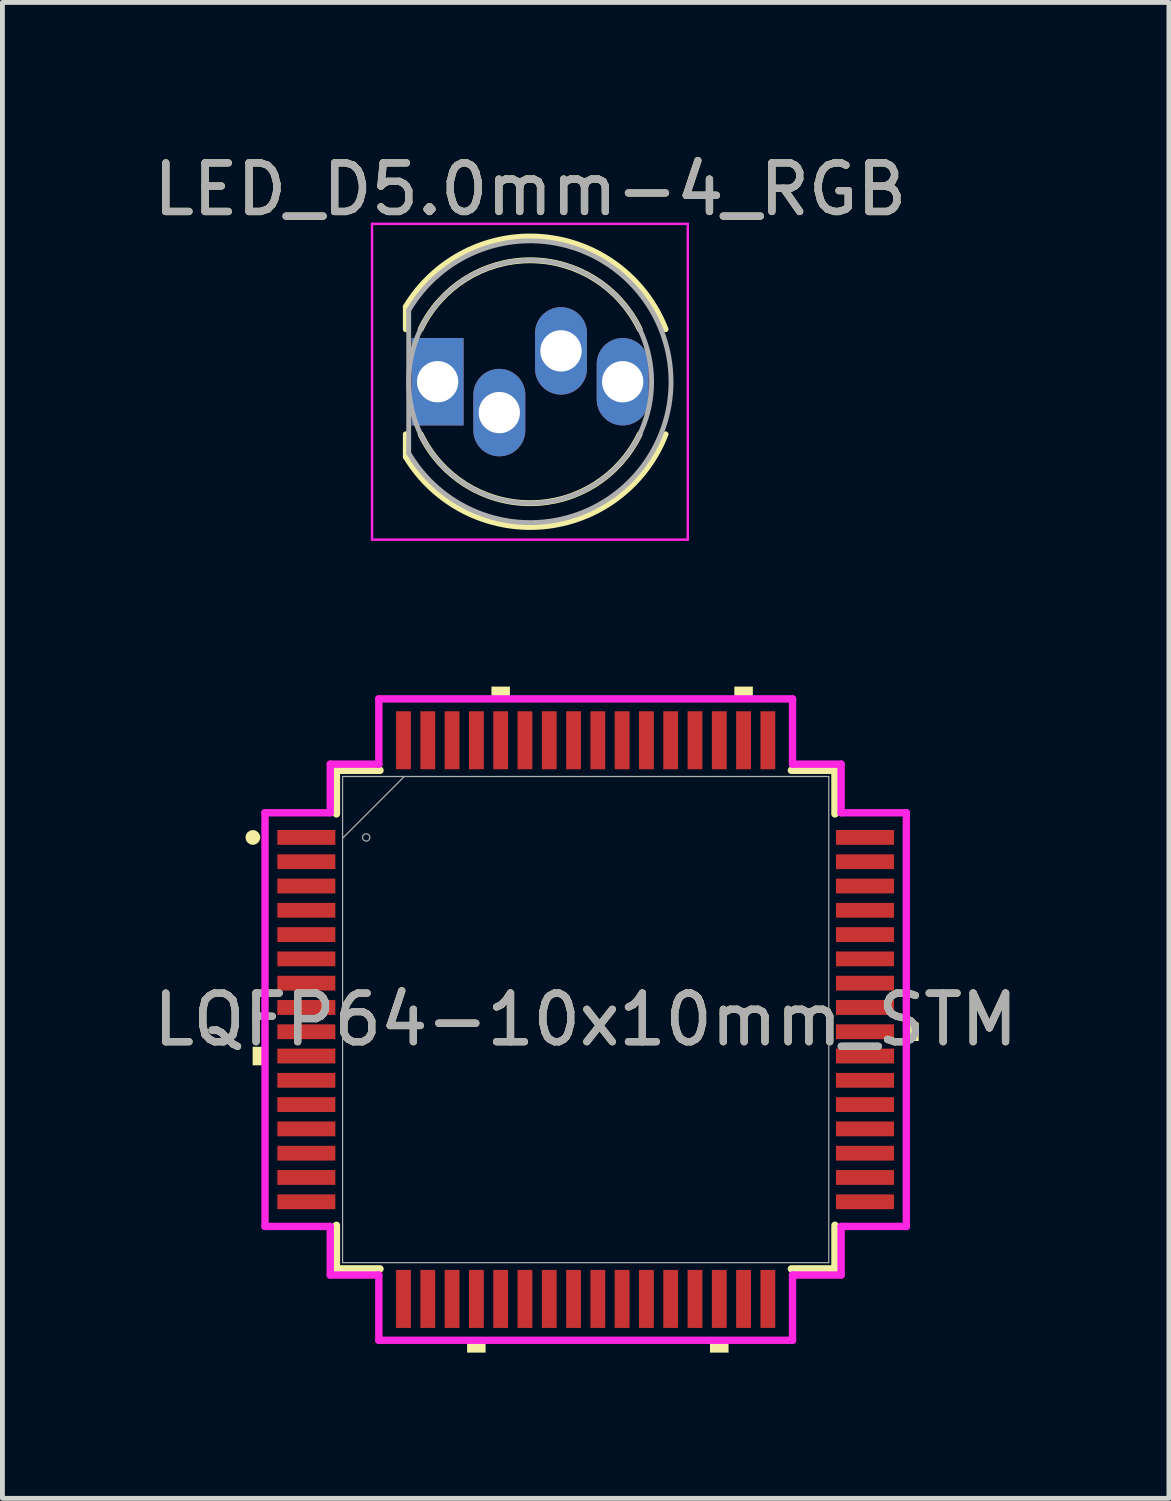
<source format=kicad_pcb>
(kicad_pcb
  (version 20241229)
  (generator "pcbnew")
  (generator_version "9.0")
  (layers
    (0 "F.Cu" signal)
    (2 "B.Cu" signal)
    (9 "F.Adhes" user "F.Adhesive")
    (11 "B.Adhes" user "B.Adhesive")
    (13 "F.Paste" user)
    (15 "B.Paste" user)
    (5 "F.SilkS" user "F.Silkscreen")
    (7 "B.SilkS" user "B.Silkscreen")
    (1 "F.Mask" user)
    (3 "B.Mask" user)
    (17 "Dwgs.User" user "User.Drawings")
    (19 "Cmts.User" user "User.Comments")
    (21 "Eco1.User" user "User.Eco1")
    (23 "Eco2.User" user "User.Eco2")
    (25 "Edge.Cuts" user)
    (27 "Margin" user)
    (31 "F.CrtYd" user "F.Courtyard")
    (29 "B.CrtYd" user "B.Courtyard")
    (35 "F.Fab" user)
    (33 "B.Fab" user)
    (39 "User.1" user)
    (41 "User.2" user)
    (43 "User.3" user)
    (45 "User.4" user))
  (footprint "LED_D5.0mm-4_RGB"
    (layer "F.Cu")
    (at 5.958 4.808)
    (property "Reference" "LED_D5.0mm-4_RGB" (at 1.905 -3.96 0) (layer "F.SilkS") (effects (font (size 1 1) (thickness 0.15))))
    (attr through_hole)
    (fp_line (start -0.655 -1.545) (end -0.655 -1.08) (stroke (width 0.12) (type solid)) (layer "F.SilkS"))
    (fp_line (start -0.655 1.08) (end -0.655 1.545) (stroke (width 0.12) (type solid)) (layer "F.SilkS"))
    (fp_arc (start -0.655 -1.54483) (mid 2.163456 -2.978809) (end 4.692815 -1.080827) (stroke (width 0.12) (type solid)) (layer "F.SilkS"))
    (fp_arc (start -0.349684 -1.08) (mid 1.904762 -2.5) (end 4.159479 -1.080429) (stroke (width 0.12) (type solid)) (layer "F.SilkS"))
    (fp_arc (start 4.159479 1.080429) (mid 1.904762 2.5) (end -0.349684 1.08) (stroke (width 0.12) (type solid)) (layer "F.SilkS"))
    (fp_arc (start 4.692815 1.080827) (mid 2.163456 2.978808) (end -0.655 1.54483) (stroke (width 0.12) (type solid)) (layer "F.SilkS"))
    (fp_line (start -1.35 -3.25) (end -1.35 3.25) (stroke (width 0.05) (type solid)) (layer "F.CrtYd"))
    (fp_line (start -1.35 3.25) (end 5.15 3.25) (stroke (width 0.05) (type solid)) (layer "F.CrtYd"))
    (fp_line (start 5.15 -3.25) (end -1.35 -3.25) (stroke (width 0.05) (type solid)) (layer "F.CrtYd"))
    (fp_line (start 5.15 3.25) (end 5.15 -3.25) (stroke (width 0.05) (type solid)) (layer "F.CrtYd"))
    (fp_line (start -0.595 -1.47) (end -0.595 1.47) (stroke (width 0.1) (type solid)) (layer "F.Fab"))
    (fp_arc (start -0.595 -1.469694) (mid 4.805 0.000016) (end -0.595016 1.469666) (stroke (width 0.1) (type solid)) (layer "F.Fab"))
    (fp_circle (center 1.905 0) (end 4.405 0) (stroke (width 0.1) (type solid)) (fill no) (layer "F.Fab"))
    (fp_text user "${REFERENCE}" (at 1.905 -3.96 0) (layer "F.Fab") (effects (font (size 1 1) (thickness 0.15))))
    (pad "1" thru_hole rect (at 0 0) (size 1.07 1.8) (drill 0.85) (layers "*.Cu" "*.Mask"))
    (pad "2" thru_hole oval (at 1.27 0.635) (size 1.07 1.8) (drill 0.85) (layers "*.Cu" "*.Mask"))
    (pad "3" thru_hole oval (at 2.54 -0.635) (size 1.07 1.8) (drill 0.85) (layers "*.Cu" "*.Mask"))
    (pad "4" thru_hole oval (at 3.81 0) (size 1.07 1.8) (drill 0.85) (layers "*.Cu" "*.Mask")))
  (footprint "LQFP64-10x10mm_STM"
    (layer "F.Cu")
    (at 9.006 17.938)
    (property "Reference" "LQFP64-10x10mm_STM" (at 0 0 0) (unlocked yes) (layer "F.SilkS") (effects (font (size 1 1) (thickness 0.15))))
    (attr smd)
    (fp_line (start -5.131 -5.131) (end -5.131 -4.234) (stroke (width 0.152) (type solid)) (layer "F.SilkS"))
    (fp_line (start -5.131 4.234) (end -5.131 5.131) (stroke (width 0.152) (type solid)) (layer "F.SilkS"))
    (fp_line (start -5.131 5.131) (end -4.234 5.131) (stroke (width 0.152) (type solid)) (layer "F.SilkS"))
    (fp_line (start -4.234 -5.131) (end -5.131 -5.131) (stroke (width 0.152) (type solid)) (layer "F.SilkS"))
    (fp_line (start 4.234 5.131) (end 5.131 5.131) (stroke (width 0.152) (type solid)) (layer "F.SilkS"))
    (fp_line (start 5.131 -5.131) (end 4.234 -5.131) (stroke (width 0.152) (type solid)) (layer "F.SilkS"))
    (fp_line (start 5.131 -4.234) (end 5.131 -5.131) (stroke (width 0.152) (type solid)) (layer "F.SilkS"))
    (fp_line (start 5.131 5.131) (end 5.131 4.234) (stroke (width 0.152) (type solid)) (layer "F.SilkS"))
    (fp_circle (center -6.851 -3.75) (end -6.775 -3.75) (stroke (width 0.152) (type solid)) (fill no) (layer "F.SilkS"))
    (fp_poly (pts (xy -6.855 0.56) (xy -6.855 0.941) (xy -6.601 0.941) (xy -6.601 0.56)) (stroke (width 0) (type solid)) (fill yes) (layer "F.SilkS"))
    (fp_poly (pts (xy -2.441 6.601) (xy -2.441 6.855) (xy -2.06 6.855) (xy -2.06 6.601)) (stroke (width 0) (type solid)) (fill yes) (layer "F.SilkS"))
    (fp_poly (pts (xy -1.94 -6.601) (xy -1.94 -6.855) (xy -1.559 -6.855) (xy -1.559 -6.601)) (stroke (width 0) (type solid)) (fill yes) (layer "F.SilkS"))
    (fp_poly (pts (xy 2.559 6.601) (xy 2.559 6.855) (xy 2.941 6.855) (xy 2.941 6.601)) (stroke (width 0) (type solid)) (fill yes) (layer "F.SilkS"))
    (fp_poly (pts (xy 3.06 -6.601) (xy 3.06 -6.855) (xy 3.441 -6.855) (xy 3.441 -6.601)) (stroke (width 0) (type solid)) (fill yes) (layer "F.SilkS"))
    (fp_poly (pts (xy 6.855 0.059) (xy 6.855 0.441) (xy 6.601 0.441) (xy 6.601 0.059)) (stroke (width 0) (type solid)) (fill yes) (layer "F.SilkS"))
    (fp_line (start -6.601 -4.258) (end -5.258 -4.258) (stroke (width 0.152) (type solid)) (layer "F.CrtYd"))
    (fp_line (start -6.601 4.258) (end -6.601 -4.258) (stroke (width 0.152) (type solid)) (layer "F.CrtYd"))
    (fp_line (start -5.258 -5.258) (end -4.258 -5.258) (stroke (width 0.152) (type solid)) (layer "F.CrtYd"))
    (fp_line (start -5.258 -4.258) (end -5.258 -5.258) (stroke (width 0.152) (type solid)) (layer "F.CrtYd"))
    (fp_line (start -5.258 4.258) (end -6.601 4.258) (stroke (width 0.152) (type solid)) (layer "F.CrtYd"))
    (fp_line (start -5.258 5.258) (end -5.258 4.258) (stroke (width 0.152) (type solid)) (layer "F.CrtYd"))
    (fp_line (start -4.258 -6.601) (end 4.258 -6.601) (stroke (width 0.152) (type solid)) (layer "F.CrtYd"))
    (fp_line (start -4.258 -5.258) (end -4.258 -6.601) (stroke (width 0.152) (type solid)) (layer "F.CrtYd"))
    (fp_line (start -4.258 5.258) (end -5.258 5.258) (stroke (width 0.152) (type solid)) (layer "F.CrtYd"))
    (fp_line (start -4.258 6.601) (end -4.258 5.258) (stroke (width 0.152) (type solid)) (layer "F.CrtYd"))
    (fp_line (start 4.258 -6.601) (end 4.258 -5.258) (stroke (width 0.152) (type solid)) (layer "F.CrtYd"))
    (fp_line (start 4.258 -5.258) (end 5.258 -5.258) (stroke (width 0.152) (type solid)) (layer "F.CrtYd"))
    (fp_line (start 4.258 5.258) (end 4.258 6.601) (stroke (width 0.152) (type solid)) (layer "F.CrtYd"))
    (fp_line (start 4.258 6.601) (end -4.258 6.601) (stroke (width 0.152) (type solid)) (layer "F.CrtYd"))
    (fp_line (start 5.258 -5.258) (end 5.258 -4.258) (stroke (width 0.152) (type solid)) (layer "F.CrtYd"))
    (fp_line (start 5.258 -4.258) (end 6.601 -4.258) (stroke (width 0.152) (type solid)) (layer "F.CrtYd"))
    (fp_line (start 5.258 4.258) (end 5.258 5.258) (stroke (width 0.152) (type solid)) (layer "F.CrtYd"))
    (fp_line (start 5.258 5.258) (end 4.258 5.258) (stroke (width 0.152) (type solid)) (layer "F.CrtYd"))
    (fp_line (start 6.601 -4.258) (end 6.601 4.258) (stroke (width 0.152) (type solid)) (layer "F.CrtYd"))
    (fp_line (start 6.601 4.258) (end 5.258 4.258) (stroke (width 0.152) (type solid)) (layer "F.CrtYd"))
    (fp_line (start -5.004 -5.004) (end -5.004 5.004) (stroke (width 0.025) (type solid)) (layer "F.Fab"))
    (fp_line (start -5.004 -3.734) (end -3.734 -5.004) (stroke (width 0.025) (type solid)) (layer "F.Fab"))
    (fp_line (start -5.004 5.004) (end 5.004 5.004) (stroke (width 0.025) (type solid)) (layer "F.Fab"))
    (fp_line (start 5.004 -5.004) (end -5.004 -5.004) (stroke (width 0.025) (type solid)) (layer "F.Fab"))
    (fp_line (start 5.004 5.004) (end 5.004 -5.004) (stroke (width 0.025) (type solid)) (layer "F.Fab"))
    (fp_circle (center -4.518 -3.75) (end -4.442 -3.75) (stroke (width 0.025) (type solid)) (fill no) (layer "F.Fab"))
    (fp_text user "${REFERENCE}" (at 0 0 0) (unlocked yes) (layer "F.Fab") (effects (font (size 1 1) (thickness 0.15))))
    (pad "1" smd rect (at -5.75 -3.75) (size 1.194 0.305) (layers "F.Cu" "F.Mask" "F.Paste"))
    (pad "2" smd rect (at -5.75 -3.25) (size 1.194 0.305) (layers "F.Cu" "F.Mask" "F.Paste"))
    (pad "3" smd rect (at -5.75 -2.75) (size 1.194 0.305) (layers "F.Cu" "F.Mask" "F.Paste"))
    (pad "4" smd rect (at -5.75 -2.25) (size 1.194 0.305) (layers "F.Cu" "F.Mask" "F.Paste"))
    (pad "5" smd rect (at -5.75 -1.75) (size 1.194 0.305) (layers "F.Cu" "F.Mask" "F.Paste"))
    (pad "6" smd rect (at -5.75 -1.25) (size 1.194 0.305) (layers "F.Cu" "F.Mask" "F.Paste"))
    (pad "7" smd rect (at -5.75 -0.75) (size 1.194 0.305) (layers "F.Cu" "F.Mask" "F.Paste"))
    (pad "8" smd rect (at -5.75 -0.25) (size 1.194 0.305) (layers "F.Cu" "F.Mask" "F.Paste"))
    (pad "9" smd rect (at -5.75 0.25) (size 1.194 0.305) (layers "F.Cu" "F.Mask" "F.Paste"))
    (pad "10" smd rect (at -5.75 0.75) (size 1.194 0.305) (layers "F.Cu" "F.Mask" "F.Paste"))
    (pad "11" smd rect (at -5.75 1.25) (size 1.194 0.305) (layers "F.Cu" "F.Mask" "F.Paste"))
    (pad "12" smd rect (at -5.75 1.75) (size 1.194 0.305) (layers "F.Cu" "F.Mask" "F.Paste"))
    (pad "13" smd rect (at -5.75 2.25) (size 1.194 0.305) (layers "F.Cu" "F.Mask" "F.Paste"))
    (pad "14" smd rect (at -5.75 2.75) (size 1.194 0.305) (layers "F.Cu" "F.Mask" "F.Paste"))
    (pad "15" smd rect (at -5.75 3.25) (size 1.194 0.305) (layers "F.Cu" "F.Mask" "F.Paste"))
    (pad "16" smd rect (at -5.75 3.75) (size 1.194 0.305) (layers "F.Cu" "F.Mask" "F.Paste"))
    (pad "17" smd rect (at -3.75 5.75 90) (size 1.194 0.305) (layers "F.Cu" "F.Mask" "F.Paste"))
    (pad "18" smd rect (at -3.25 5.75 90) (size 1.194 0.305) (layers "F.Cu" "F.Mask" "F.Paste"))
    (pad "19" smd rect (at -2.75 5.75 90) (size 1.194 0.305) (layers "F.Cu" "F.Mask" "F.Paste"))
    (pad "20" smd rect (at -2.25 5.75 90) (size 1.194 0.305) (layers "F.Cu" "F.Mask" "F.Paste"))
    (pad "21" smd rect (at -1.75 5.75 90) (size 1.194 0.305) (layers "F.Cu" "F.Mask" "F.Paste"))
    (pad "22" smd rect (at -1.25 5.75 90) (size 1.194 0.305) (layers "F.Cu" "F.Mask" "F.Paste"))
    (pad "23" smd rect (at -0.75 5.75 90) (size 1.194 0.305) (layers "F.Cu" "F.Mask" "F.Paste"))
    (pad "24" smd rect (at -0.25 5.75 90) (size 1.194 0.305) (layers "F.Cu" "F.Mask" "F.Paste"))
    (pad "25" smd rect (at 0.25 5.75 90) (size 1.194 0.305) (layers "F.Cu" "F.Mask" "F.Paste"))
    (pad "26" smd rect (at 0.75 5.75 90) (size 1.194 0.305) (layers "F.Cu" "F.Mask" "F.Paste"))
    (pad "27" smd rect (at 1.25 5.75 90) (size 1.194 0.305) (layers "F.Cu" "F.Mask" "F.Paste"))
    (pad "28" smd rect (at 1.75 5.75 90) (size 1.194 0.305) (layers "F.Cu" "F.Mask" "F.Paste"))
    (pad "29" smd rect (at 2.25 5.75 90) (size 1.194 0.305) (layers "F.Cu" "F.Mask" "F.Paste"))
    (pad "30" smd rect (at 2.75 5.75 90) (size 1.194 0.305) (layers "F.Cu" "F.Mask" "F.Paste"))
    (pad "31" smd rect (at 3.25 5.75 90) (size 1.194 0.305) (layers "F.Cu" "F.Mask" "F.Paste"))
    (pad "32" smd rect (at 3.75 5.75 90) (size 1.194 0.305) (layers "F.Cu" "F.Mask" "F.Paste"))
    (pad "33" smd rect (at 5.75 3.75) (size 1.194 0.305) (layers "F.Cu" "F.Mask" "F.Paste"))
    (pad "34" smd rect (at 5.75 3.25) (size 1.194 0.305) (layers "F.Cu" "F.Mask" "F.Paste"))
    (pad "35" smd rect (at 5.75 2.75) (size 1.194 0.305) (layers "F.Cu" "F.Mask" "F.Paste"))
    (pad "36" smd rect (at 5.75 2.25) (size 1.194 0.305) (layers "F.Cu" "F.Mask" "F.Paste"))
    (pad "37" smd rect (at 5.75 1.75) (size 1.194 0.305) (layers "F.Cu" "F.Mask" "F.Paste"))
    (pad "38" smd rect (at 5.75 1.25) (size 1.194 0.305) (layers "F.Cu" "F.Mask" "F.Paste"))
    (pad "39" smd rect (at 5.75 0.75) (size 1.194 0.305) (layers "F.Cu" "F.Mask" "F.Paste"))
    (pad "40" smd rect (at 5.75 0.25) (size 1.194 0.305) (layers "F.Cu" "F.Mask" "F.Paste"))
    (pad "41" smd rect (at 5.75 -0.25) (size 1.194 0.305) (layers "F.Cu" "F.Mask" "F.Paste"))
    (pad "42" smd rect (at 5.75 -0.75) (size 1.194 0.305) (layers "F.Cu" "F.Mask" "F.Paste"))
    (pad "43" smd rect (at 5.75 -1.25) (size 1.194 0.305) (layers "F.Cu" "F.Mask" "F.Paste"))
    (pad "44" smd rect (at 5.75 -1.75) (size 1.194 0.305) (layers "F.Cu" "F.Mask" "F.Paste"))
    (pad "45" smd rect (at 5.75 -2.25) (size 1.194 0.305) (layers "F.Cu" "F.Mask" "F.Paste"))
    (pad "46" smd rect (at 5.75 -2.75) (size 1.194 0.305) (layers "F.Cu" "F.Mask" "F.Paste"))
    (pad "47" smd rect (at 5.75 -3.25) (size 1.194 0.305) (layers "F.Cu" "F.Mask" "F.Paste"))
    (pad "48" smd rect (at 5.75 -3.75) (size 1.194 0.305) (layers "F.Cu" "F.Mask" "F.Paste"))
    (pad "49" smd rect (at 3.75 -5.75 90) (size 1.194 0.305) (layers "F.Cu" "F.Mask" "F.Paste"))
    (pad "50" smd rect (at 3.25 -5.75 90) (size 1.194 0.305) (layers "F.Cu" "F.Mask" "F.Paste"))
    (pad "51" smd rect (at 2.75 -5.75 90) (size 1.194 0.305) (layers "F.Cu" "F.Mask" "F.Paste"))
    (pad "52" smd rect (at 2.25 -5.75 90) (size 1.194 0.305) (layers "F.Cu" "F.Mask" "F.Paste"))
    (pad "53" smd rect (at 1.75 -5.75 90) (size 1.194 0.305) (layers "F.Cu" "F.Mask" "F.Paste"))
    (pad "54" smd rect (at 1.25 -5.75 90) (size 1.194 0.305) (layers "F.Cu" "F.Mask" "F.Paste"))
    (pad "55" smd rect (at 0.75 -5.75 90) (size 1.194 0.305) (layers "F.Cu" "F.Mask" "F.Paste"))
    (pad "56" smd rect (at 0.25 -5.75 90) (size 1.194 0.305) (layers "F.Cu" "F.Mask" "F.Paste"))
    (pad "57" smd rect (at -0.25 -5.75 90) (size 1.194 0.305) (layers "F.Cu" "F.Mask" "F.Paste"))
    (pad "58" smd rect (at -0.75 -5.75 90) (size 1.194 0.305) (layers "F.Cu" "F.Mask" "F.Paste"))
    (pad "59" smd rect (at -1.25 -5.75 90) (size 1.194 0.305) (layers "F.Cu" "F.Mask" "F.Paste"))
    (pad "60" smd rect (at -1.75 -5.75 90) (size 1.194 0.305) (layers "F.Cu" "F.Mask" "F.Paste"))
    (pad "61" smd rect (at -2.25 -5.75 90) (size 1.194 0.305) (layers "F.Cu" "F.Mask" "F.Paste"))
    (pad "62" smd rect (at -2.75 -5.75 90) (size 1.194 0.305) (layers "F.Cu" "F.Mask" "F.Paste"))
    (pad "63" smd rect (at -3.25 -5.75 90) (size 1.194 0.305) (layers "F.Cu" "F.Mask" "F.Paste"))
    (pad "64" smd rect (at -3.75 -5.75 90) (size 1.194 0.305) (layers "F.Cu" "F.Mask" "F.Paste")))
  (gr_rect
    (start -3 -3)
    (end 21.012 27.793)
    (stroke (width 0.1) (type default))
    (fill no)
    (layer "Edge.Cuts")))
</source>
